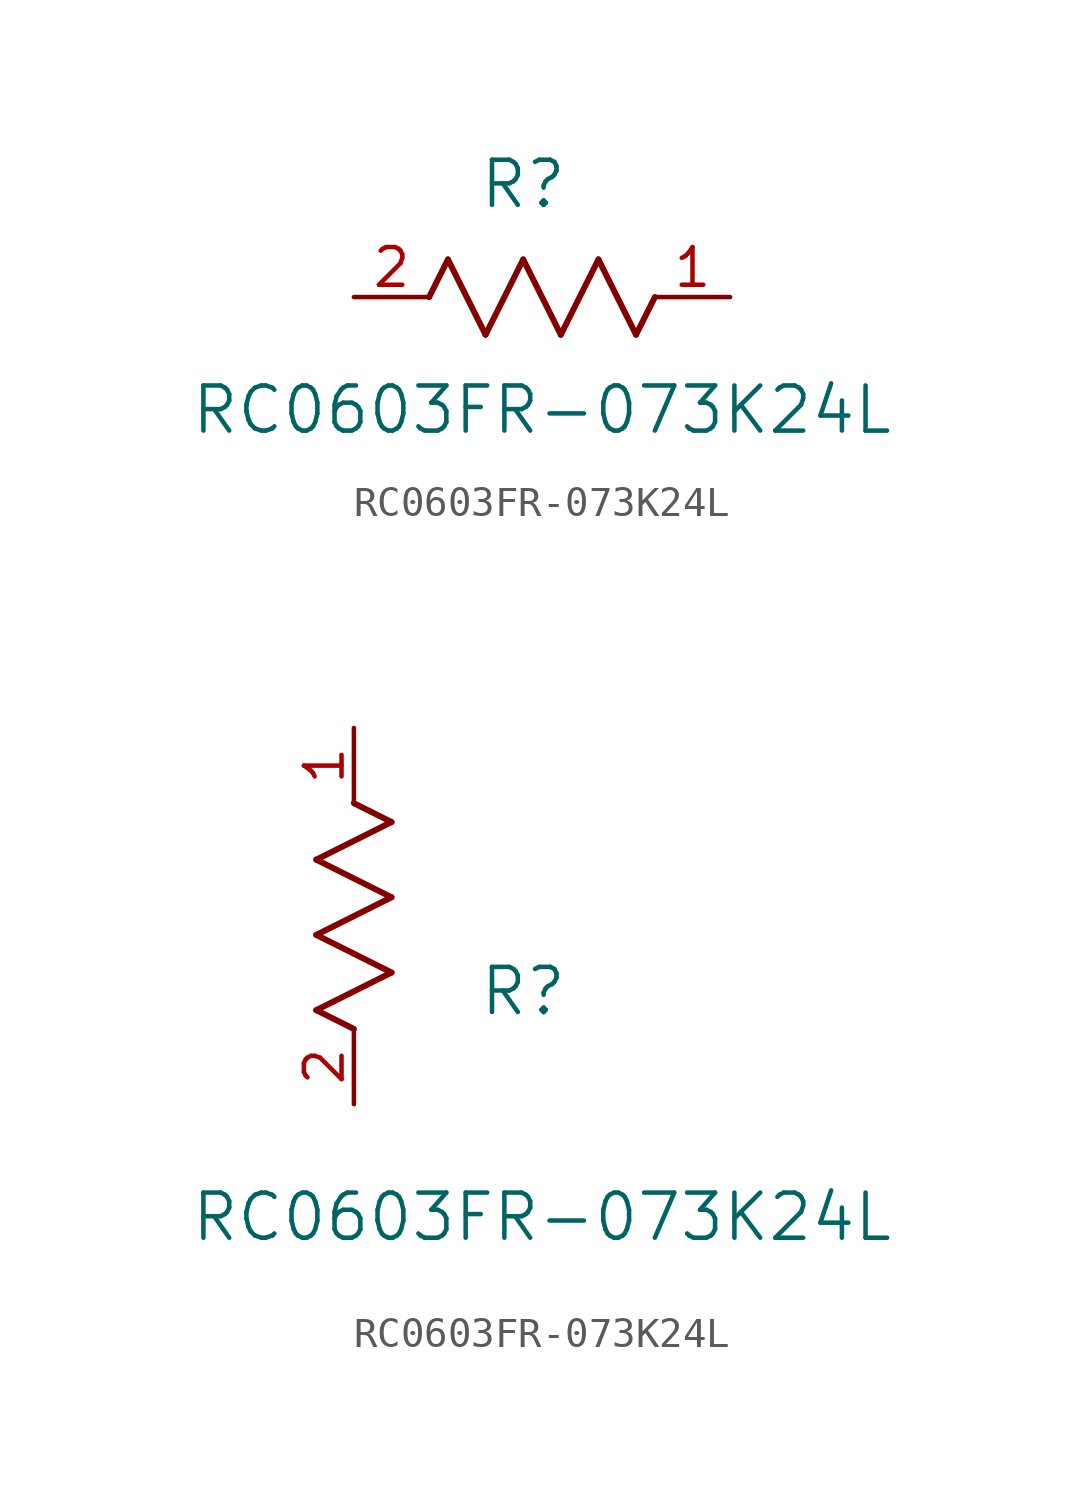
<source format=kicad_sym>
(kicad_symbol_lib
  (version 20211014)
  (generator kicad_symbol_editor)
  (symbol "RC0603FR-073K24L"
    (pin_names
      (offset 0.254))
    (property "Reference" "R"
      (at 5.715 3.81 0)
      (effects (font (size 1.524 1.524))))
    (property "Value" "RC0603FR-073K24L"
      (at 6.35 -3.81 0)
      (effects (font (size 1.524 1.524))))
    (symbol "RC0603FR-073K24L_1_1"
      (polyline (pts (xy 3.175 1.27) (xy 4.445 -1.27)) (stroke (width 0.203) (type default) (color 0 0 0 0)) (fill (type none)))
      (polyline (pts (xy 4.445 -1.27) (xy 5.715 1.27)) (stroke (width 0.203) (type default) (color 0 0 0 0)) (fill (type none)))
      (polyline (pts (xy 5.715 1.27) (xy 6.985 -1.27)) (stroke (width 0.203) (type default) (color 0 0 0 0)) (fill (type none)))
      (polyline (pts (xy 6.985 -1.27) (xy 8.255 1.27)) (stroke (width 0.203) (type default) (color 0 0 0 0)) (fill (type none)))
      (polyline (pts (xy 8.255 1.27) (xy 9.525 -1.27)) (stroke (width 0.203) (type default) (color 0 0 0 0)) (fill (type none)))
      (polyline (pts (xy 2.54 0) (xy 3.175 1.27)) (stroke (width 0.203) (type default) (color 0 0 0 0)) (fill (type none)))
      (polyline (pts (xy 9.525 -1.27) (xy 10.16 0)) (stroke (width 0.203) (type default) (color 0 0 0 0)) (fill (type none)))
      (pin unspecified line (at 12.7 0 180) (length 2.54) (name "" (effects (font (size 1.27 1.27)))) (number "1" (effects (font (size 1.27 1.27)))))
      (pin unspecified line (at 0 0 0) (length 2.54) (name "" (effects (font (size 1.27 1.27)))) (number "2" (effects (font (size 1.27 1.27))))))
    (symbol "RC0603FR-073K24L_1_2"
      (polyline (pts (xy 0 2.54) (xy -1.27 3.175)) (stroke (width 0.203) (type default) (color 0 0 0 0)) (fill (type none)))
      (polyline (pts (xy -1.27 3.175) (xy 1.27 4.445)) (stroke (width 0.203) (type default) (color 0 0 0 0)) (fill (type none)))
      (polyline (pts (xy 1.27 4.445) (xy -1.27 5.715)) (stroke (width 0.203) (type default) (color 0 0 0 0)) (fill (type none)))
      (polyline (pts (xy -1.27 5.715) (xy 1.27 6.985)) (stroke (width 0.203) (type default) (color 0 0 0 0)) (fill (type none)))
      (polyline (pts (xy -1.27 8.255) (xy 1.27 9.525)) (stroke (width 0.203) (type default) (color 0 0 0 0)) (fill (type none)))
      (polyline (pts (xy 1.27 9.525) (xy 0 10.16)) (stroke (width 0.203) (type default) (color 0 0 0 0)) (fill (type none)))
      (polyline (pts (xy 1.27 6.985) (xy -1.27 8.255)) (stroke (width 0.203) (type default) (color 0 0 0 0)) (fill (type none)))
      (pin unspecified line (at 0 12.7 270) (length 2.54) (name "" (effects (font (size 1.27 1.27)))) (number "1" (effects (font (size 1.27 1.27)))))
      (pin unspecified line (at 0 0 90) (length 2.54) (name "" (effects (font (size 1.27 1.27)))) (number "2" (effects (font (size 1.27 1.27))))))))
</source>
